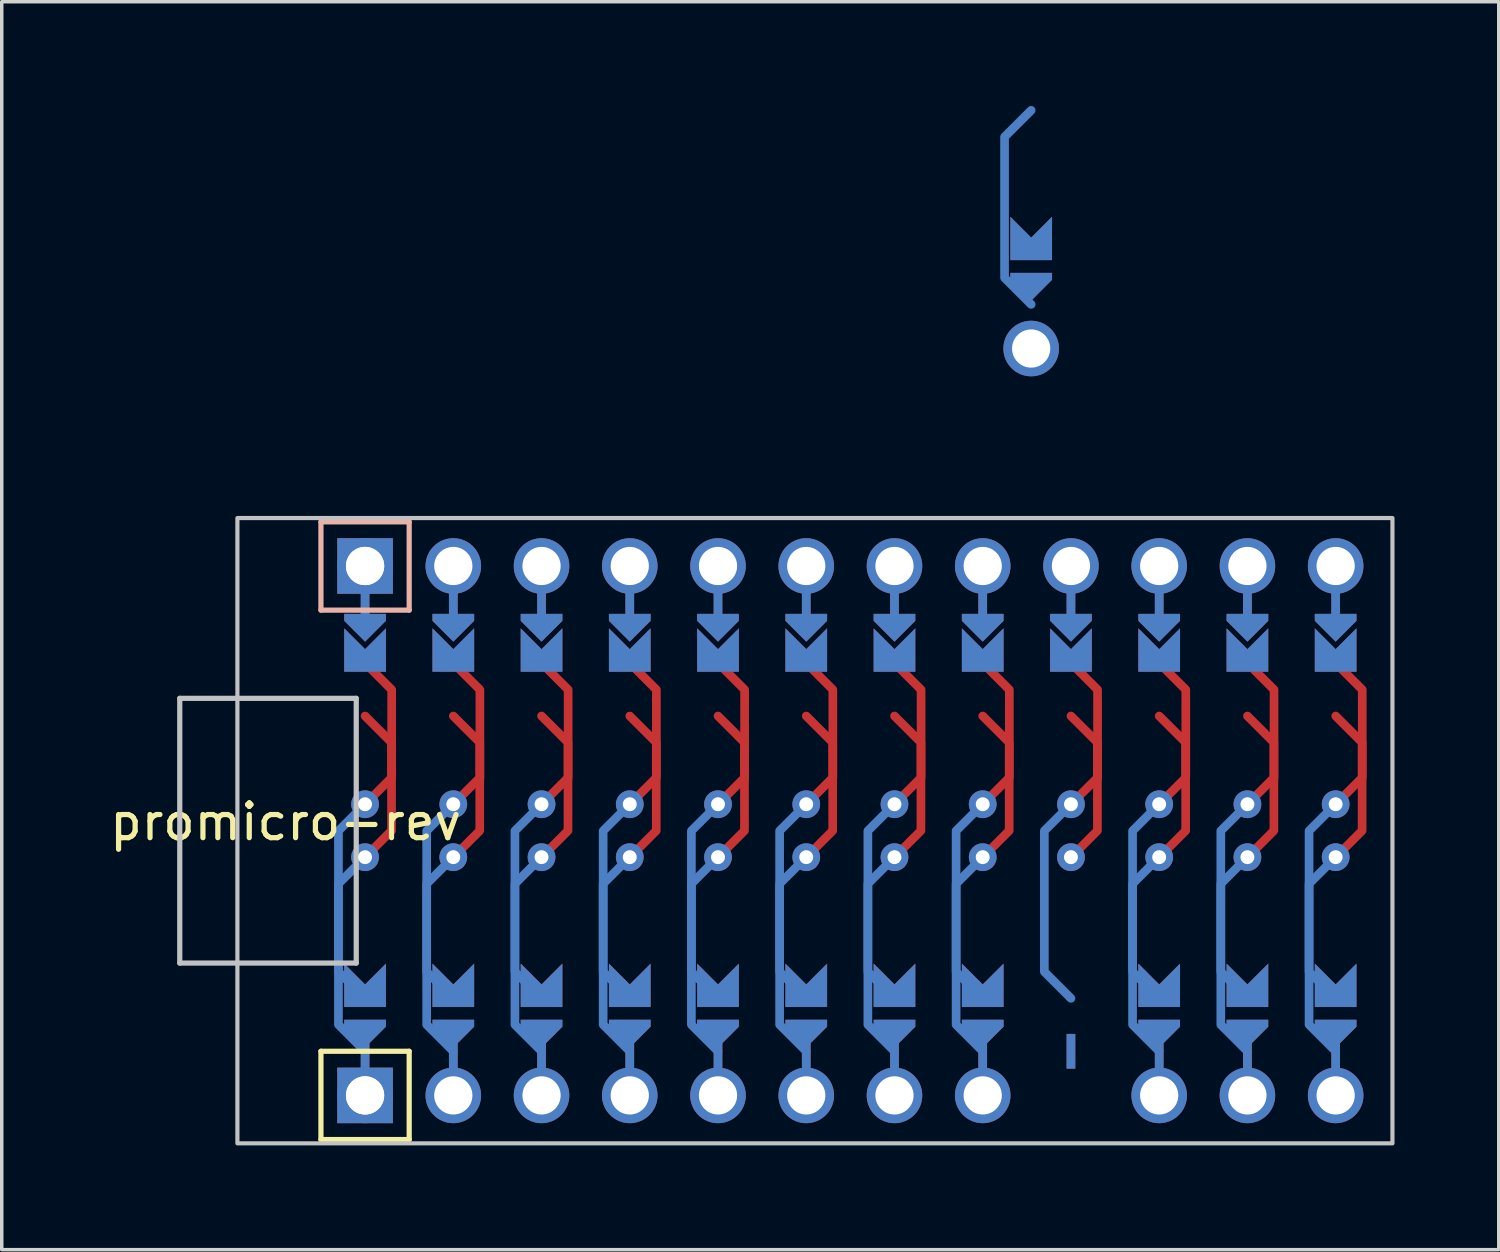
<source format=kicad_pcb>
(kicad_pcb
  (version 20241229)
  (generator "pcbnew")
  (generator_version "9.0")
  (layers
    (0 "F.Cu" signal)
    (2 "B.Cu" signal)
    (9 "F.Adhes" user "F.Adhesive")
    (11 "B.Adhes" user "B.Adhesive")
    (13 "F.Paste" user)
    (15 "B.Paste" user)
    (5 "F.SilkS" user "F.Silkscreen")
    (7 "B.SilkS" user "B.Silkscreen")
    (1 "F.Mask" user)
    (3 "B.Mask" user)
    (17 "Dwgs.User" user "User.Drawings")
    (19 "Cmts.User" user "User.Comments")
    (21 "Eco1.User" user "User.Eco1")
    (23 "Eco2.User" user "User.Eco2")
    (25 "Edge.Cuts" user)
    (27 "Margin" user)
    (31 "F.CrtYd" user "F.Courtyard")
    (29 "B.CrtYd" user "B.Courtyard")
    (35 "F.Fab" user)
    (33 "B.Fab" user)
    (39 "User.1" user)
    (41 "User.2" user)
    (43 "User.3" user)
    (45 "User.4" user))
  (footprint "promicro-rev"
    (layer "F.Cu")
    (at 21.429 20.863)
    (property "Reference" "promicro-rev" (at -16.256 -0.254 0) (layer "F.SilkS") (effects (font (size 1 1) (thickness 0.15))))
    (attr through_hole)
    (fp_circle (center -13.97 -0.762) (end -13.845 -0.762) (stroke (width 0.25) (type solid)) (fill no) (layer "F.Mask"))
    (fp_circle (center -13.97 0.762) (end -13.845 0.762) (stroke (width 0.25) (type solid)) (fill no) (layer "F.Mask"))
    (fp_circle (center -11.43 -0.762) (end -11.305 -0.762) (stroke (width 0.25) (type solid)) (fill no) (layer "F.Mask"))
    (fp_circle (center -11.43 0.762) (end -11.305 0.762) (stroke (width 0.25) (type solid)) (fill no) (layer "F.Mask"))
    (fp_circle (center -8.89 -0.762) (end -8.765 -0.762) (stroke (width 0.25) (type solid)) (fill no) (layer "F.Mask"))
    (fp_circle (center -8.89 0.762) (end -8.765 0.762) (stroke (width 0.25) (type solid)) (fill no) (layer "F.Mask"))
    (fp_circle (center -6.35 -0.762) (end -6.225 -0.762) (stroke (width 0.25) (type solid)) (fill no) (layer "F.Mask"))
    (fp_circle (center -6.35 0.762) (end -6.225 0.762) (stroke (width 0.25) (type solid)) (fill no) (layer "F.Mask"))
    (fp_circle (center -3.81 -0.762) (end -3.685 -0.762) (stroke (width 0.25) (type solid)) (fill no) (layer "F.Mask"))
    (fp_circle (center -3.81 0.762) (end -3.685 0.762) (stroke (width 0.25) (type solid)) (fill no) (layer "F.Mask"))
    (fp_circle (center -1.27 -0.762) (end -1.145 -0.762) (stroke (width 0.25) (type solid)) (fill no) (layer "F.Mask"))
    (fp_circle (center -1.27 0.762) (end -1.145 0.762) (stroke (width 0.25) (type solid)) (fill no) (layer "F.Mask"))
    (fp_circle (center 1.27 -0.762) (end 1.395 -0.762) (stroke (width 0.25) (type solid)) (fill no) (layer "F.Mask"))
    (fp_circle (center 1.27 0.762) (end 1.395 0.762) (stroke (width 0.25) (type solid)) (fill no) (layer "F.Mask"))
    (fp_circle (center 3.81 -0.762) (end 3.935 -0.762) (stroke (width 0.25) (type solid)) (fill no) (layer "F.Mask"))
    (fp_circle (center 3.81 0.762) (end 3.935 0.762) (stroke (width 0.25) (type solid)) (fill no) (layer "F.Mask"))
    (fp_circle (center 6.35 -0.762) (end 6.475 -0.762) (stroke (width 0.25) (type solid)) (fill no) (layer "F.Mask"))
    (fp_circle (center 6.35 0.762) (end 6.475 0.762) (stroke (width 0.25) (type solid)) (fill no) (layer "F.Mask"))
    (fp_circle (center 8.89 -0.762) (end 9.015 -0.762) (stroke (width 0.25) (type solid)) (fill no) (layer "F.Mask"))
    (fp_circle (center 8.89 0.762) (end 9.015 0.762) (stroke (width 0.25) (type solid)) (fill no) (layer "F.Mask"))
    (fp_circle (center 11.43 -0.762) (end 11.555 -0.762) (stroke (width 0.25) (type solid)) (fill no) (layer "F.Mask"))
    (fp_circle (center 11.43 0.762) (end 11.555 0.762) (stroke (width 0.25) (type solid)) (fill no) (layer "F.Mask"))
    (fp_circle (center 13.97 -0.762) (end 14.095 -0.762) (stroke (width 0.25) (type solid)) (fill no) (layer "F.Mask"))
    (fp_circle (center 13.97 0.762) (end 14.095 0.762) (stroke (width 0.25) (type solid)) (fill no) (layer "F.Mask"))
    (fp_poly (pts (xy -14.478 5.08) (xy -13.462 5.08) (xy -13.462 6.096) (xy -14.478 6.096)) (stroke (width 0.1) (type solid)) (fill yes) (layer "F.Mask"))
    (fp_poly (pts (xy -13.462 -5.08) (xy -14.478 -5.08) (xy -14.478 -6.096) (xy -13.462 -6.096)) (stroke (width 0.1) (type solid)) (fill yes) (layer "F.Mask"))
    (fp_poly (pts (xy -11.938 5.08) (xy -10.922 5.08) (xy -10.922 6.096) (xy -11.938 6.096)) (stroke (width 0.1) (type solid)) (fill yes) (layer "F.Mask"))
    (fp_poly (pts (xy -10.922 -5.08) (xy -11.938 -5.08) (xy -11.938 -6.096) (xy -10.922 -6.096)) (stroke (width 0.1) (type solid)) (fill yes) (layer "F.Mask"))
    (fp_poly (pts (xy -9.398 5.08) (xy -8.382 5.08) (xy -8.382 6.096) (xy -9.398 6.096)) (stroke (width 0.1) (type solid)) (fill yes) (layer "F.Mask"))
    (fp_poly (pts (xy -8.382 -5.08) (xy -9.398 -5.08) (xy -9.398 -6.096) (xy -8.382 -6.096)) (stroke (width 0.1) (type solid)) (fill yes) (layer "F.Mask"))
    (fp_poly (pts (xy -6.858 5.08) (xy -5.842 5.08) (xy -5.842 6.096) (xy -6.858 6.096)) (stroke (width 0.1) (type solid)) (fill yes) (layer "F.Mask"))
    (fp_poly (pts (xy -5.842 -5.08) (xy -6.858 -5.08) (xy -6.858 -6.096) (xy -5.842 -6.096)) (stroke (width 0.1) (type solid)) (fill yes) (layer "F.Mask"))
    (fp_poly (pts (xy -4.318 5.08) (xy -3.302 5.08) (xy -3.302 6.096) (xy -4.318 6.096)) (stroke (width 0.1) (type solid)) (fill yes) (layer "F.Mask"))
    (fp_poly (pts (xy -3.302 -5.08) (xy -4.318 -5.08) (xy -4.318 -6.096) (xy -3.302 -6.096)) (stroke (width 0.1) (type solid)) (fill yes) (layer "F.Mask"))
    (fp_poly (pts (xy -1.778 5.08) (xy -0.762 5.08) (xy -0.762 6.096) (xy -1.778 6.096)) (stroke (width 0.1) (type solid)) (fill yes) (layer "F.Mask"))
    (fp_poly (pts (xy -0.762 -5.08) (xy -1.778 -5.08) (xy -1.778 -6.096) (xy -0.762 -6.096)) (stroke (width 0.1) (type solid)) (fill yes) (layer "F.Mask"))
    (fp_poly (pts (xy 0.762 5.08) (xy 1.778 5.08) (xy 1.778 6.096) (xy 0.762 6.096)) (stroke (width 0.1) (type solid)) (fill yes) (layer "F.Mask"))
    (fp_poly (pts (xy 1.778 -5.08) (xy 0.762 -5.08) (xy 0.762 -6.096) (xy 1.778 -6.096)) (stroke (width 0.1) (type solid)) (fill yes) (layer "F.Mask"))
    (fp_poly (pts (xy 3.302 5.08) (xy 4.318 5.08) (xy 4.318 6.096) (xy 3.302 6.096)) (stroke (width 0.1) (type solid)) (fill yes) (layer "F.Mask"))
    (fp_poly (pts (xy 4.318 -5.08) (xy 3.302 -5.08) (xy 3.302 -6.096) (xy 4.318 -6.096)) (stroke (width 0.1) (type solid)) (fill yes) (layer "F.Mask"))
    (fp_poly (pts (xy 4.697 -16.42) (xy 5.713 -16.42) (xy 5.713 -15.404) (xy 4.697 -15.404)) (stroke (width 0.1) (type solid)) (fill yes) (layer "F.Mask"))
    (fp_poly (pts (xy 6.858 -5.08) (xy 5.842 -5.08) (xy 5.842 -6.096) (xy 6.858 -6.096)) (stroke (width 0.1) (type solid)) (fill yes) (layer "F.Mask"))
    (fp_poly (pts (xy 8.382 5.08) (xy 9.398 5.08) (xy 9.398 6.096) (xy 8.382 6.096)) (stroke (width 0.1) (type solid)) (fill yes) (layer "F.Mask"))
    (fp_poly (pts (xy 9.398 -5.08) (xy 8.382 -5.08) (xy 8.382 -6.096) (xy 9.398 -6.096)) (stroke (width 0.1) (type solid)) (fill yes) (layer "F.Mask"))
    (fp_poly (pts (xy 10.922 5.08) (xy 11.938 5.08) (xy 11.938 6.096) (xy 10.922 6.096)) (stroke (width 0.1) (type solid)) (fill yes) (layer "F.Mask"))
    (fp_poly (pts (xy 11.938 -5.08) (xy 10.922 -5.08) (xy 10.922 -6.096) (xy 11.938 -6.096)) (stroke (width 0.1) (type solid)) (fill yes) (layer "F.Mask"))
    (fp_poly (pts (xy 13.462 5.08) (xy 14.478 5.08) (xy 14.478 6.096) (xy 13.462 6.096)) (stroke (width 0.1) (type solid)) (fill yes) (layer "F.Mask"))
    (fp_poly (pts (xy 14.478 -5.08) (xy 13.462 -5.08) (xy 13.462 -6.096) (xy 14.478 -6.096)) (stroke (width 0.1) (type solid)) (fill yes) (layer "F.Mask"))
    (fp_circle (center -13.97 -0.762) (end -13.845 -0.762) (stroke (width 0.25) (type solid)) (fill no) (layer "B.Mask"))
    (fp_circle (center -13.97 0.762) (end -13.845 0.762) (stroke (width 0.25) (type solid)) (fill no) (layer "B.Mask"))
    (fp_circle (center -11.43 -0.762) (end -11.305 -0.762) (stroke (width 0.25) (type solid)) (fill no) (layer "B.Mask"))
    (fp_circle (center -11.43 0.762) (end -11.305 0.762) (stroke (width 0.25) (type solid)) (fill no) (layer "B.Mask"))
    (fp_circle (center -8.89 -0.762) (end -8.765 -0.762) (stroke (width 0.25) (type solid)) (fill no) (layer "B.Mask"))
    (fp_circle (center -8.89 0.762) (end -8.765 0.762) (stroke (width 0.25) (type solid)) (fill no) (layer "B.Mask"))
    (fp_circle (center -6.35 -0.762) (end -6.225 -0.762) (stroke (width 0.25) (type solid)) (fill no) (layer "B.Mask"))
    (fp_circle (center -6.35 0.762) (end -6.225 0.762) (stroke (width 0.25) (type solid)) (fill no) (layer "B.Mask"))
    (fp_circle (center -3.81 -0.762) (end -3.685 -0.762) (stroke (width 0.25) (type solid)) (fill no) (layer "B.Mask"))
    (fp_circle (center -3.81 0.762) (end -3.685 0.762) (stroke (width 0.25) (type solid)) (fill no) (layer "B.Mask"))
    (fp_circle (center -1.27 -0.762) (end -1.145 -0.762) (stroke (width 0.25) (type solid)) (fill no) (layer "B.Mask"))
    (fp_circle (center -1.27 0.762) (end -1.145 0.762) (stroke (width 0.25) (type solid)) (fill no) (layer "B.Mask"))
    (fp_circle (center 1.27 -0.762) (end 1.395 -0.762) (stroke (width 0.25) (type solid)) (fill no) (layer "B.Mask"))
    (fp_circle (center 1.27 0.762) (end 1.395 0.762) (stroke (width 0.25) (type solid)) (fill no) (layer "B.Mask"))
    (fp_circle (center 3.81 -0.762) (end 3.935 -0.762) (stroke (width 0.25) (type solid)) (fill no) (layer "B.Mask"))
    (fp_circle (center 3.81 0.762) (end 3.935 0.762) (stroke (width 0.25) (type solid)) (fill no) (layer "B.Mask"))
    (fp_circle (center 6.35 -0.762) (end 6.475 -0.762) (stroke (width 0.25) (type solid)) (fill no) (layer "B.Mask"))
    (fp_circle (center 6.35 0.762) (end 6.475 0.762) (stroke (width 0.25) (type solid)) (fill no) (layer "B.Mask"))
    (fp_circle (center 8.89 -0.762) (end 9.015 -0.762) (stroke (width 0.25) (type solid)) (fill no) (layer "B.Mask"))
    (fp_circle (center 8.89 0.762) (end 9.015 0.762) (stroke (width 0.25) (type solid)) (fill no) (layer "B.Mask"))
    (fp_circle (center 11.43 -0.762) (end 11.555 -0.762) (stroke (width 0.25) (type solid)) (fill no) (layer "B.Mask"))
    (fp_circle (center 11.43 0.762) (end 11.555 0.762) (stroke (width 0.25) (type solid)) (fill no) (layer "B.Mask"))
    (fp_circle (center 13.97 -0.762) (end 14.095 -0.762) (stroke (width 0.25) (type solid)) (fill no) (layer "B.Mask"))
    (fp_circle (center 13.97 0.762) (end 14.095 0.762) (stroke (width 0.25) (type solid)) (fill no) (layer "B.Mask"))
    (fp_poly (pts (xy -14.478 5.08) (xy -13.462 5.08) (xy -13.462 6.096) (xy -14.478 6.096)) (stroke (width 0.1) (type solid)) (fill yes) (layer "B.Mask"))
    (fp_poly (pts (xy -13.462 -5.08) (xy -14.478 -5.08) (xy -14.478 -6.096) (xy -13.462 -6.096)) (stroke (width 0.1) (type solid)) (fill yes) (layer "B.Mask"))
    (fp_poly (pts (xy -11.938 5.08) (xy -10.922 5.08) (xy -10.922 6.096) (xy -11.938 6.096)) (stroke (width 0.1) (type solid)) (fill yes) (layer "B.Mask"))
    (fp_poly (pts (xy -10.922 -5.08) (xy -11.938 -5.08) (xy -11.938 -6.096) (xy -10.922 -6.096)) (stroke (width 0.1) (type solid)) (fill yes) (layer "B.Mask"))
    (fp_poly (pts (xy -9.398 5.08) (xy -8.382 5.08) (xy -8.382 6.096) (xy -9.398 6.096)) (stroke (width 0.1) (type solid)) (fill yes) (layer "B.Mask"))
    (fp_poly (pts (xy -8.382 -5.08) (xy -9.398 -5.08) (xy -9.398 -6.096) (xy -8.382 -6.096)) (stroke (width 0.1) (type solid)) (fill yes) (layer "B.Mask"))
    (fp_poly (pts (xy -6.858 5.08) (xy -5.842 5.08) (xy -5.842 6.096) (xy -6.858 6.096)) (stroke (width 0.1) (type solid)) (fill yes) (layer "B.Mask"))
    (fp_poly (pts (xy -5.842 -5.08) (xy -6.858 -5.08) (xy -6.858 -6.096) (xy -5.842 -6.096)) (stroke (width 0.1) (type solid)) (fill yes) (layer "B.Mask"))
    (fp_poly (pts (xy -4.318 5.08) (xy -3.302 5.08) (xy -3.302 6.096) (xy -4.318 6.096)) (stroke (width 0.1) (type solid)) (fill yes) (layer "B.Mask"))
    (fp_poly (pts (xy -3.302 -5.08) (xy -4.318 -5.08) (xy -4.318 -6.096) (xy -3.302 -6.096)) (stroke (width 0.1) (type solid)) (fill yes) (layer "B.Mask"))
    (fp_poly (pts (xy -1.778 5.08) (xy -0.762 5.08) (xy -0.762 6.096) (xy -1.778 6.096)) (stroke (width 0.1) (type solid)) (fill yes) (layer "B.Mask"))
    (fp_poly (pts (xy -0.762 -5.08) (xy -1.778 -5.08) (xy -1.778 -6.096) (xy -0.762 -6.096)) (stroke (width 0.1) (type solid)) (fill yes) (layer "B.Mask"))
    (fp_poly (pts (xy 0.762 5.08) (xy 1.778 5.08) (xy 1.778 6.096) (xy 0.762 6.096)) (stroke (width 0.1) (type solid)) (fill yes) (layer "B.Mask"))
    (fp_poly (pts (xy 1.778 -5.08) (xy 0.762 -5.08) (xy 0.762 -6.096) (xy 1.778 -6.096)) (stroke (width 0.1) (type solid)) (fill yes) (layer "B.Mask"))
    (fp_poly (pts (xy 3.302 5.08) (xy 4.318 5.08) (xy 4.318 6.096) (xy 3.302 6.096)) (stroke (width 0.1) (type solid)) (fill yes) (layer "B.Mask"))
    (fp_poly (pts (xy 4.318 -5.08) (xy 3.302 -5.08) (xy 3.302 -6.096) (xy 4.318 -6.096)) (stroke (width 0.1) (type solid)) (fill yes) (layer "B.Mask"))
    (fp_poly (pts (xy 4.697 -16.42) (xy 5.713 -16.42) (xy 5.713 -15.404) (xy 4.697 -15.404)) (stroke (width 0.1) (type solid)) (fill yes) (layer "B.Mask"))
    (fp_poly (pts (xy 6.858 -5.08) (xy 5.842 -5.08) (xy 5.842 -6.096) (xy 6.858 -6.096)) (stroke (width 0.1) (type solid)) (fill yes) (layer "B.Mask"))
    (fp_poly (pts (xy 8.382 5.08) (xy 9.398 5.08) (xy 9.398 6.096) (xy 8.382 6.096)) (stroke (width 0.1) (type solid)) (fill yes) (layer "B.Mask"))
    (fp_poly (pts (xy 9.398 -5.08) (xy 8.382 -5.08) (xy 8.382 -6.096) (xy 9.398 -6.096)) (stroke (width 0.1) (type solid)) (fill yes) (layer "B.Mask"))
    (fp_poly (pts (xy 10.922 5.08) (xy 11.938 5.08) (xy 11.938 6.096) (xy 10.922 6.096)) (stroke (width 0.1) (type solid)) (fill yes) (layer "B.Mask"))
    (fp_poly (pts (xy 11.938 -5.08) (xy 10.922 -5.08) (xy 10.922 -6.096) (xy 11.938 -6.096)) (stroke (width 0.1) (type solid)) (fill yes) (layer "B.Mask"))
    (fp_poly (pts (xy 13.462 5.08) (xy 14.478 5.08) (xy 14.478 6.096) (xy 13.462 6.096)) (stroke (width 0.1) (type solid)) (fill yes) (layer "B.Mask"))
    (fp_poly (pts (xy 14.478 -5.08) (xy 13.462 -5.08) (xy 13.462 -6.096) (xy 14.478 -6.096)) (stroke (width 0.1) (type solid)) (fill yes) (layer "B.Mask"))
    (fp_line (start -15.24 6.35) (end -15.24 8.89) (stroke (width 0.15) (type solid)) (layer "F.SilkS"))
    (fp_line (start -15.24 6.35) (end -12.7 6.35) (stroke (width 0.15) (type solid)) (layer "F.SilkS"))
    (fp_line (start -12.7 6.35) (end -12.7 8.89) (stroke (width 0.15) (type solid)) (layer "F.SilkS"))
    (fp_line (start -12.7 8.89) (end -15.24 8.89) (stroke (width 0.15) (type solid)) (layer "F.SilkS"))
    (fp_line (start -15.24 -6.35) (end -15.24 -8.89) (stroke (width 0.15) (type solid)) (layer "B.SilkS"))
    (fp_line (start -15.24 -6.35) (end -12.7 -6.35) (stroke (width 0.15) (type solid)) (layer "B.SilkS"))
    (fp_line (start -12.7 -8.89) (end -15.24 -8.89) (stroke (width 0.15) (type solid)) (layer "B.SilkS"))
    (fp_line (start -12.7 -6.35) (end -12.7 -8.89) (stroke (width 0.15) (type solid)) (layer "B.SilkS"))
    (fp_line (start -19.304 -3.81) (end -14.224 -3.81) (stroke (width 0.15) (type solid)) (layer "Dwgs.User"))
    (fp_line (start -19.304 3.81) (end -19.304 -3.81) (stroke (width 0.15) (type solid)) (layer "Dwgs.User"))
    (fp_line (start -14.224 -3.81) (end -14.224 3.81) (stroke (width 0.15) (type solid)) (layer "Dwgs.User"))
    (fp_line (start -14.224 3.81) (end -19.304 3.81) (stroke (width 0.15) (type solid)) (layer "Dwgs.User"))
    (fp_rect (start -17.645 -9) (end 15.605 9) (stroke (width 0.12) (type solid)) (fill no) (layer "Dwgs.User"))
    (pad "" thru_hole circle (at -13.97 -7.62) (size 1.6 1.6) (drill 1.1) (layers "*.Cu" "*.Mask"))
    (pad "" thru_hole rect (at -13.97 -7.62) (size 1.6 1.6) (drill 1.1) (layers "B.Cu" "B.Mask"))
    (pad "" smd custom (at -13.97 -6.35) (size 0.25 1) (layers "F.Cu") (options (anchor rect)) (primitives))
    (pad "" smd custom (at -13.97 -6.35) (size 0.25 1) (layers "B.Cu") (options (anchor rect)) (primitives))
    (pad "" smd custom (at -13.97 -5.842) (size 0.1 0.1) (layers "F.Cu" "F.Mask") (options (anchor rect)) (primitives (gr_poly (pts (xy 0.6 -0.4) (xy -0.6 -0.4) (xy -0.6 -0.2) (xy 0 0.4) (xy 0.6 -0.2)) (width 0) (fill yes))))
    (pad "" smd custom (at -13.97 -5.842) (size 0.1 0.1) (layers "B.Cu" "B.Mask") (options (anchor rect)) (primitives (gr_poly (pts (xy 0.6 -0.4) (xy -0.6 -0.4) (xy -0.6 -0.2) (xy 0 0.4) (xy 0.6 -0.2)) (width 0) (fill yes))))
    (pad "" smd custom (at -13.97 5.842) (size 0.1 0.1) (layers "F.Cu" "F.Mask") (options (anchor rect)) (primitives (gr_poly (pts (xy 0.6 -0.4) (xy -0.6 -0.4) (xy -0.6 -0.2) (xy 0 0.4) (xy 0.6 -0.2)) (width 0) (fill yes))))
    (pad "" smd custom (at -13.97 5.842) (size 0.1 0.1) (layers "B.Cu" "B.Mask") (options (anchor rect)) (primitives (gr_poly (pts (xy 0.6 -0.4) (xy -0.6 -0.4) (xy -0.6 -0.2) (xy 0 0.4) (xy 0.6 -0.2)) (width 0) (fill yes))))
    (pad "" smd custom (at -13.97 6.35) (size 0.25 1) (layers "F.Cu") (options (anchor rect)) (primitives))
    (pad "" smd custom (at -13.97 6.35) (size 0.25 1) (layers "B.Cu") (options (anchor rect)) (primitives))
    (pad "" thru_hole circle (at -13.97 7.62) (size 1.6 1.6) (drill 1.1) (layers "*.Cu" "*.Mask"))
    (pad "" thru_hole rect (at -13.97 7.62) (size 1.6 1.6) (drill 1.1) (layers "F.Cu" "F.Mask"))
    (pad "" thru_hole circle (at -11.43 -7.62) (size 1.6 1.6) (drill 1.1) (layers "*.Cu" "*.Mask"))
    (pad "" smd custom (at -11.43 -6.35) (size 0.25 1) (layers "F.Cu") (options (anchor rect)) (primitives))
    (pad "" smd custom (at -11.43 -6.35) (size 0.25 1) (layers "B.Cu") (options (anchor rect)) (primitives))
    (pad "" smd custom (at -11.43 -5.842) (size 0.1 0.1) (layers "F.Cu" "F.Mask") (options (anchor rect)) (primitives (gr_poly (pts (xy 0.6 -0.4) (xy -0.6 -0.4) (xy -0.6 -0.2) (xy 0 0.4) (xy 0.6 -0.2)) (width 0) (fill yes))))
    (pad "" smd custom (at -11.43 -5.842) (size 0.1 0.1) (layers "B.Cu" "B.Mask") (options (anchor rect)) (primitives (gr_poly (pts (xy 0.6 -0.4) (xy -0.6 -0.4) (xy -0.6 -0.2) (xy 0 0.4) (xy 0.6 -0.2)) (width 0) (fill yes))))
    (pad "" smd custom (at -11.43 5.842) (size 0.1 0.1) (layers "F.Cu" "F.Mask") (options (anchor rect)) (primitives (gr_poly (pts (xy 0.6 -0.4) (xy -0.6 -0.4) (xy -0.6 -0.2) (xy 0 0.4) (xy 0.6 -0.2)) (width 0) (fill yes))))
    (pad "" smd custom (at -11.43 5.842) (size 0.1 0.1) (layers "B.Cu" "B.Mask") (options (anchor rect)) (primitives (gr_poly (pts (xy 0.6 -0.4) (xy -0.6 -0.4) (xy -0.6 -0.2) (xy 0 0.4) (xy 0.6 -0.2)) (width 0) (fill yes))))
    (pad "" smd custom (at -11.43 6.35) (size 0.25 1) (layers "F.Cu") (options (anchor rect)) (primitives))
    (pad "" smd custom (at -11.43 6.35) (size 0.25 1) (layers "B.Cu") (options (anchor rect)) (primitives))
    (pad "" thru_hole circle (at -11.43 7.62) (size 1.6 1.6) (drill 1.1) (layers "*.Cu" "*.Mask"))
    (pad "" thru_hole circle (at -8.89 -7.62) (size 1.6 1.6) (drill 1.1) (layers "*.Cu" "*.Mask"))
    (pad "" smd custom (at -8.89 -6.35) (size 0.25 1) (layers "F.Cu") (options (anchor rect)) (primitives))
    (pad "" smd custom (at -8.89 -6.35) (size 0.25 1) (layers "B.Cu") (options (anchor rect)) (primitives))
    (pad "" smd custom (at -8.89 -5.842) (size 0.1 0.1) (layers "F.Cu" "F.Mask") (options (anchor rect)) (primitives (gr_poly (pts (xy 0.6 -0.4) (xy -0.6 -0.4) (xy -0.6 -0.2) (xy 0 0.4) (xy 0.6 -0.2)) (width 0) (fill yes))))
    (pad "" smd custom (at -8.89 -5.842) (size 0.1 0.1) (layers "B.Cu" "B.Mask") (options (anchor rect)) (primitives (gr_poly (pts (xy 0.6 -0.4) (xy -0.6 -0.4) (xy -0.6 -0.2) (xy 0 0.4) (xy 0.6 -0.2)) (width 0) (fill yes))))
    (pad "" smd custom (at -8.89 5.842) (size 0.1 0.1) (layers "F.Cu" "F.Mask") (options (anchor rect)) (primitives (gr_poly (pts (xy 0.6 -0.4) (xy -0.6 -0.4) (xy -0.6 -0.2) (xy 0 0.4) (xy 0.6 -0.2)) (width 0) (fill yes))))
    (pad "" smd custom (at -8.89 5.842) (size 0.1 0.1) (layers "B.Cu" "B.Mask") (options (anchor rect)) (primitives (gr_poly (pts (xy 0.6 -0.4) (xy -0.6 -0.4) (xy -0.6 -0.2) (xy 0 0.4) (xy 0.6 -0.2)) (width 0) (fill yes))))
    (pad "" smd custom (at -8.89 6.35) (size 0.25 1) (layers "F.Cu") (options (anchor rect)) (primitives))
    (pad "" smd custom (at -8.89 6.35) (size 0.25 1) (layers "B.Cu") (options (anchor rect)) (primitives))
    (pad "" thru_hole circle (at -8.89 7.62) (size 1.6 1.6) (drill 1.1) (layers "*.Cu" "*.Mask"))
    (pad "" thru_hole circle (at -6.35 -7.62) (size 1.6 1.6) (drill 1.1) (layers "*.Cu" "*.Mask"))
    (pad "" smd custom (at -6.35 -6.35) (size 0.25 1) (layers "F.Cu") (options (anchor rect)) (primitives))
    (pad "" smd custom (at -6.35 -6.35) (size 0.25 1) (layers "B.Cu") (options (anchor rect)) (primitives))
    (pad "" smd custom (at -6.35 -5.842) (size 0.1 0.1) (layers "F.Cu" "F.Mask") (options (anchor rect)) (primitives (gr_poly (pts (xy 0.6 -0.4) (xy -0.6 -0.4) (xy -0.6 -0.2) (xy 0 0.4) (xy 0.6 -0.2)) (width 0) (fill yes))))
    (pad "" smd custom (at -6.35 -5.842) (size 0.1 0.1) (layers "B.Cu" "B.Mask") (options (anchor rect)) (primitives (gr_poly (pts (xy 0.6 -0.4) (xy -0.6 -0.4) (xy -0.6 -0.2) (xy 0 0.4) (xy 0.6 -0.2)) (width 0) (fill yes))))
    (pad "" smd custom (at -6.35 5.842) (size 0.1 0.1) (layers "F.Cu" "F.Mask") (options (anchor rect)) (primitives (gr_poly (pts (xy 0.6 -0.4) (xy -0.6 -0.4) (xy -0.6 -0.2) (xy 0 0.4) (xy 0.6 -0.2)) (width 0) (fill yes))))
    (pad "" smd custom (at -6.35 5.842) (size 0.1 0.1) (layers "B.Cu" "B.Mask") (options (anchor rect)) (primitives (gr_poly (pts (xy 0.6 -0.4) (xy -0.6 -0.4) (xy -0.6 -0.2) (xy 0 0.4) (xy 0.6 -0.2)) (width 0) (fill yes))))
    (pad "" smd custom (at -6.35 6.35) (size 0.25 1) (layers "F.Cu") (options (anchor rect)) (primitives))
    (pad "" smd custom (at -6.35 6.35) (size 0.25 1) (layers "B.Cu") (options (anchor rect)) (primitives))
    (pad "" thru_hole circle (at -6.35 7.62) (size 1.6 1.6) (drill 1.1) (layers "*.Cu" "*.Mask"))
    (pad "" thru_hole circle (at -3.81 -7.62) (size 1.6 1.6) (drill 1.1) (layers "*.Cu" "*.Mask"))
    (pad "" smd custom (at -3.81 -6.35) (size 0.25 1) (layers "F.Cu") (options (anchor rect)) (primitives))
    (pad "" smd custom (at -3.81 -6.35) (size 0.25 1) (layers "B.Cu") (options (anchor rect)) (primitives))
    (pad "" smd custom (at -3.81 -5.842) (size 0.1 0.1) (layers "F.Cu" "F.Mask") (options (anchor rect)) (primitives (gr_poly (pts (xy 0.6 -0.4) (xy -0.6 -0.4) (xy -0.6 -0.2) (xy 0 0.4) (xy 0.6 -0.2)) (width 0) (fill yes))))
    (pad "" smd custom (at -3.81 -5.842) (size 0.1 0.1) (layers "B.Cu" "B.Mask") (options (anchor rect)) (primitives (gr_poly (pts (xy 0.6 -0.4) (xy -0.6 -0.4) (xy -0.6 -0.2) (xy 0 0.4) (xy 0.6 -0.2)) (width 0) (fill yes))))
    (pad "" smd custom (at -3.81 5.842) (size 0.1 0.1) (layers "F.Cu" "F.Mask") (options (anchor rect)) (primitives (gr_poly (pts (xy 0.6 -0.4) (xy -0.6 -0.4) (xy -0.6 -0.2) (xy 0 0.4) (xy 0.6 -0.2)) (width 0) (fill yes))))
    (pad "" smd custom (at -3.81 5.842) (size 0.1 0.1) (layers "B.Cu" "B.Mask") (options (anchor rect)) (primitives (gr_poly (pts (xy 0.6 -0.4) (xy -0.6 -0.4) (xy -0.6 -0.2) (xy 0 0.4) (xy 0.6 -0.2)) (width 0) (fill yes))))
    (pad "" smd custom (at -3.81 6.35) (size 0.25 1) (layers "F.Cu") (options (anchor rect)) (primitives))
    (pad "" smd custom (at -3.81 6.35) (size 0.25 1) (layers "B.Cu") (options (anchor rect)) (primitives))
    (pad "" thru_hole circle (at -3.81 7.62) (size 1.6 1.6) (drill 1.1) (layers "*.Cu" "*.Mask"))
    (pad "" thru_hole circle (at -1.27 -7.62) (size 1.6 1.6) (drill 1.1) (layers "*.Cu" "*.Mask"))
    (pad "" smd custom (at -1.27 -6.35) (size 0.25 1) (layers "F.Cu") (options (anchor rect)) (primitives))
    (pad "" smd custom (at -1.27 -6.35) (size 0.25 1) (layers "B.Cu") (options (anchor rect)) (primitives))
    (pad "" smd custom (at -1.27 -5.842) (size 0.1 0.1) (layers "F.Cu" "F.Mask") (options (anchor rect)) (primitives (gr_poly (pts (xy 0.6 -0.4) (xy -0.6 -0.4) (xy -0.6 -0.2) (xy 0 0.4) (xy 0.6 -0.2)) (width 0) (fill yes))))
    (pad "" smd custom (at -1.27 -5.842) (size 0.1 0.1) (layers "B.Cu" "B.Mask") (options (anchor rect)) (primitives (gr_poly (pts (xy 0.6 -0.4) (xy -0.6 -0.4) (xy -0.6 -0.2) (xy 0 0.4) (xy 0.6 -0.2)) (width 0) (fill yes))))
    (pad "" smd custom (at -1.27 5.842) (size 0.1 0.1) (layers "F.Cu" "F.Mask") (options (anchor rect)) (primitives (gr_poly (pts (xy 0.6 -0.4) (xy -0.6 -0.4) (xy -0.6 -0.2) (xy 0 0.4) (xy 0.6 -0.2)) (width 0) (fill yes))))
    (pad "" smd custom (at -1.27 5.842) (size 0.1 0.1) (layers "B.Cu" "B.Mask") (options (anchor rect)) (primitives (gr_poly (pts (xy 0.6 -0.4) (xy -0.6 -0.4) (xy -0.6 -0.2) (xy 0 0.4) (xy 0.6 -0.2)) (width 0) (fill yes))))
    (pad "" smd custom (at -1.27 6.35) (size 0.25 1) (layers "F.Cu") (options (anchor rect)) (primitives))
    (pad "" smd custom (at -1.27 6.35) (size 0.25 1) (layers "B.Cu") (options (anchor rect)) (primitives))
    (pad "" thru_hole circle (at -1.27 7.62) (size 1.6 1.6) (drill 1.1) (layers "*.Cu" "*.Mask"))
    (pad "" thru_hole circle (at 1.27 -7.62) (size 1.6 1.6) (drill 1.1) (layers "*.Cu" "*.Mask"))
    (pad "" smd custom (at 1.27 -6.35) (size 0.25 1) (layers "F.Cu") (options (anchor rect)) (primitives))
    (pad "" smd custom (at 1.27 -6.35) (size 0.25 1) (layers "B.Cu") (options (anchor rect)) (primitives))
    (pad "" smd custom (at 1.27 -5.842) (size 0.1 0.1) (layers "F.Cu" "F.Mask") (options (anchor rect)) (primitives (gr_poly (pts (xy 0.6 -0.4) (xy -0.6 -0.4) (xy -0.6 -0.2) (xy 0 0.4) (xy 0.6 -0.2)) (width 0) (fill yes))))
    (pad "" smd custom (at 1.27 -5.842) (size 0.1 0.1) (layers "B.Cu" "B.Mask") (options (anchor rect)) (primitives (gr_poly (pts (xy 0.6 -0.4) (xy -0.6 -0.4) (xy -0.6 -0.2) (xy 0 0.4) (xy 0.6 -0.2)) (width 0) (fill yes))))
    (pad "" smd custom (at 1.27 5.842) (size 0.1 0.1) (layers "F.Cu" "F.Mask") (options (anchor rect)) (primitives (gr_poly (pts (xy 0.6 -0.4) (xy -0.6 -0.4) (xy -0.6 -0.2) (xy 0 0.4) (xy 0.6 -0.2)) (width 0) (fill yes))))
    (pad "" smd custom (at 1.27 5.842) (size 0.1 0.1) (layers "B.Cu" "B.Mask") (options (anchor rect)) (primitives (gr_poly (pts (xy 0.6 -0.4) (xy -0.6 -0.4) (xy -0.6 -0.2) (xy 0 0.4) (xy 0.6 -0.2)) (width 0) (fill yes))))
    (pad "" smd custom (at 1.27 6.35) (size 0.25 1) (layers "F.Cu") (options (anchor rect)) (primitives))
    (pad "" smd custom (at 1.27 6.35) (size 0.25 1) (layers "B.Cu") (options (anchor rect)) (primitives))
    (pad "" thru_hole circle (at 1.27 7.62) (size 1.6 1.6) (drill 1.1) (layers "*.Cu" "*.Mask"))
    (pad "" thru_hole circle (at 3.81 -7.62) (size 1.6 1.6) (drill 1.1) (layers "*.Cu" "*.Mask"))
    (pad "" smd custom (at 3.81 -6.35) (size 0.25 1) (layers "F.Cu") (options (anchor rect)) (primitives))
    (pad "" smd custom (at 3.81 -6.35) (size 0.25 1) (layers "B.Cu") (options (anchor rect)) (primitives))
    (pad "" smd custom (at 3.81 -5.842) (size 0.1 0.1) (layers "F.Cu" "F.Mask") (options (anchor rect)) (primitives (gr_poly (pts (xy 0.6 -0.4) (xy -0.6 -0.4) (xy -0.6 -0.2) (xy 0 0.4) (xy 0.6 -0.2)) (width 0) (fill yes))))
    (pad "" smd custom (at 3.81 -5.842) (size 0.1 0.1) (layers "B.Cu" "B.Mask") (options (anchor rect)) (primitives (gr_poly (pts (xy 0.6 -0.4) (xy -0.6 -0.4) (xy -0.6 -0.2) (xy 0 0.4) (xy 0.6 -0.2)) (width 0) (fill yes))))
    (pad "" smd custom (at 3.81 5.842) (size 0.1 0.1) (layers "F.Cu" "F.Mask") (options (anchor rect)) (primitives (gr_poly (pts (xy 0.6 -0.4) (xy -0.6 -0.4) (xy -0.6 -0.2) (xy 0 0.4) (xy 0.6 -0.2)) (width 0) (fill yes))))
    (pad "" smd custom (at 3.81 5.842) (size 0.1 0.1) (layers "B.Cu" "B.Mask") (options (anchor rect)) (primitives (gr_poly (pts (xy 0.6 -0.4) (xy -0.6 -0.4) (xy -0.6 -0.2) (xy 0 0.4) (xy 0.6 -0.2)) (width 0) (fill yes))))
    (pad "" smd custom (at 3.81 6.35) (size 0.25 1) (layers "F.Cu") (options (anchor rect)) (primitives))
    (pad "" smd custom (at 3.81 6.35) (size 0.25 1) (layers "B.Cu") (options (anchor rect)) (primitives))
    (pad "" thru_hole circle (at 3.81 7.62) (size 1.6 1.6) (drill 1.1) (layers "*.Cu" "*.Mask"))
    (pad "" smd custom (at 5.205 -15.658) (size 0.1 0.1) (layers "F.Cu" "F.Mask") (options (anchor rect)) (primitives (gr_poly (pts (xy 0.6 -0.4) (xy -0.6 -0.4) (xy -0.6 -0.2) (xy 0 0.4) (xy 0.6 -0.2)) (width 0) (fill yes))))
    (pad "" smd custom (at 5.205 -15.658) (size 0.1 0.1) (layers "B.Cu" "B.Mask") (options (anchor rect)) (primitives (gr_poly (pts (xy 0.6 -0.4) (xy -0.6 -0.4) (xy -0.6 -0.2) (xy 0 0.4) (xy 0.6 -0.2)) (width 0) (fill yes))))
    (pad "" thru_hole circle (at 5.205 -13.88) (size 1.6 1.6) (drill 1.1) (layers "*.Cu" "*.Mask"))
    (pad "" thru_hole circle (at 6.35 -7.62) (size 1.6 1.6) (drill 1.1) (layers "*.Cu" "*.Mask"))
    (pad "" smd custom (at 6.35 -6.35) (size 0.25 1) (layers "F.Cu") (options (anchor rect)) (primitives))
    (pad "" smd custom (at 6.35 -6.35) (size 0.25 1) (layers "B.Cu") (options (anchor rect)) (primitives))
    (pad "" smd custom (at 6.35 -5.842) (size 0.1 0.1) (layers "F.Cu" "F.Mask") (options (anchor rect)) (primitives (gr_poly (pts (xy 0.6 -0.4) (xy -0.6 -0.4) (xy -0.6 -0.2) (xy 0 0.4) (xy 0.6 -0.2)) (width 0) (fill yes))))
    (pad "" smd custom (at 6.35 -5.842) (size 0.1 0.1) (layers "B.Cu" "B.Mask") (options (anchor rect)) (primitives (gr_poly (pts (xy 0.6 -0.4) (xy -0.6 -0.4) (xy -0.6 -0.2) (xy 0 0.4) (xy 0.6 -0.2)) (width 0) (fill yes))))
    (pad "" smd custom (at 6.35 6.35) (size 0.25 1) (layers "F.Cu") (options (anchor rect)) (primitives))
    (pad "" smd custom (at 6.35 6.35) (size 0.25 1) (layers "B.Cu") (options (anchor rect)) (primitives))
    (pad "" thru_hole circle (at 8.89 -7.62) (size 1.6 1.6) (drill 1.1) (layers "*.Cu" "*.Mask"))
    (pad "" smd custom (at 8.89 -6.35) (size 0.25 1) (layers "F.Cu") (options (anchor rect)) (primitives))
    (pad "" smd custom (at 8.89 -6.35) (size 0.25 1) (layers "B.Cu") (options (anchor rect)) (primitives))
    (pad "" smd custom (at 8.89 -5.842) (size 0.1 0.1) (layers "F.Cu" "F.Mask") (options (anchor rect)) (primitives (gr_poly (pts (xy 0.6 -0.4) (xy -0.6 -0.4) (xy -0.6 -0.2) (xy 0 0.4) (xy 0.6 -0.2)) (width 0) (fill yes))))
    (pad "" smd custom (at 8.89 -5.842) (size 0.1 0.1) (layers "B.Cu" "B.Mask") (options (anchor rect)) (primitives (gr_poly (pts (xy 0.6 -0.4) (xy -0.6 -0.4) (xy -0.6 -0.2) (xy 0 0.4) (xy 0.6 -0.2)) (width 0) (fill yes))))
    (pad "" smd custom (at 8.89 5.842) (size 0.1 0.1) (layers "F.Cu" "F.Mask") (options (anchor rect)) (primitives (gr_poly (pts (xy 0.6 -0.4) (xy -0.6 -0.4) (xy -0.6 -0.2) (xy 0 0.4) (xy 0.6 -0.2)) (width 0) (fill yes))))
    (pad "" smd custom (at 8.89 5.842) (size 0.1 0.1) (layers "B.Cu" "B.Mask") (options (anchor rect)) (primitives (gr_poly (pts (xy 0.6 -0.4) (xy -0.6 -0.4) (xy -0.6 -0.2) (xy 0 0.4) (xy 0.6 -0.2)) (width 0) (fill yes))))
    (pad "" smd custom (at 8.89 6.35) (size 0.25 1) (layers "F.Cu") (options (anchor rect)) (primitives))
    (pad "" smd custom (at 8.89 6.35) (size 0.25 1) (layers "B.Cu") (options (anchor rect)) (primitives))
    (pad "" thru_hole circle (at 8.89 7.62) (size 1.6 1.6) (drill 1.1) (layers "*.Cu" "*.Mask"))
    (pad "" thru_hole circle (at 11.43 -7.62) (size 1.6 1.6) (drill 1.1) (layers "*.Cu" "*.Mask"))
    (pad "" smd custom (at 11.43 -6.35) (size 0.25 1) (layers "F.Cu") (options (anchor rect)) (primitives))
    (pad "" smd custom (at 11.43 -6.35) (size 0.25 1) (layers "B.Cu") (options (anchor rect)) (primitives))
    (pad "" smd custom (at 11.43 -5.842) (size 0.1 0.1) (layers "F.Cu" "F.Mask") (options (anchor rect)) (primitives (gr_poly (pts (xy 0.6 -0.4) (xy -0.6 -0.4) (xy -0.6 -0.2) (xy 0 0.4) (xy 0.6 -0.2)) (width 0) (fill yes))))
    (pad "" smd custom (at 11.43 -5.842) (size 0.1 0.1) (layers "B.Cu" "B.Mask") (options (anchor rect)) (primitives (gr_poly (pts (xy 0.6 -0.4) (xy -0.6 -0.4) (xy -0.6 -0.2) (xy 0 0.4) (xy 0.6 -0.2)) (width 0) (fill yes))))
    (pad "" smd custom (at 11.43 5.842) (size 0.1 0.1) (layers "F.Cu" "F.Mask") (options (anchor rect)) (primitives (gr_poly (pts (xy 0.6 -0.4) (xy -0.6 -0.4) (xy -0.6 -0.2) (xy 0 0.4) (xy 0.6 -0.2)) (width 0) (fill yes))))
    (pad "" smd custom (at 11.43 5.842) (size 0.1 0.1) (layers "B.Cu" "B.Mask") (options (anchor rect)) (primitives (gr_poly (pts (xy 0.6 -0.4) (xy -0.6 -0.4) (xy -0.6 -0.2) (xy 0 0.4) (xy 0.6 -0.2)) (width 0) (fill yes))))
    (pad "" smd custom (at 11.43 6.35) (size 0.25 1) (layers "F.Cu") (options (anchor rect)) (primitives))
    (pad "" smd custom (at 11.43 6.35) (size 0.25 1) (layers "B.Cu") (options (anchor rect)) (primitives))
    (pad "" thru_hole circle (at 11.43 7.62) (size 1.6 1.6) (drill 1.1) (layers "*.Cu" "*.Mask"))
    (pad "" thru_hole circle (at 13.97 -7.62) (size 1.6 1.6) (drill 1.1) (layers "*.Cu" "*.Mask"))
    (pad "" smd custom (at 13.97 -6.35) (size 0.25 1) (layers "F.Cu") (options (anchor rect)) (primitives))
    (pad "" smd custom (at 13.97 -6.35) (size 0.25 1) (layers "B.Cu") (options (anchor rect)) (primitives))
    (pad "" smd custom (at 13.97 -5.842) (size 0.1 0.1) (layers "F.Cu" "F.Mask") (options (anchor rect)) (primitives (gr_poly (pts (xy 0.6 -0.4) (xy -0.6 -0.4) (xy -0.6 -0.2) (xy 0 0.4) (xy 0.6 -0.2)) (width 0) (fill yes))))
    (pad "" smd custom (at 13.97 -5.842) (size 0.1 0.1) (layers "B.Cu" "B.Mask") (options (anchor rect)) (primitives (gr_poly (pts (xy 0.6 -0.4) (xy -0.6 -0.4) (xy -0.6 -0.2) (xy 0 0.4) (xy 0.6 -0.2)) (width 0) (fill yes))))
    (pad "" smd custom (at 13.97 5.842) (size 0.1 0.1) (layers "F.Cu" "F.Mask") (options (anchor rect)) (primitives (gr_poly (pts (xy 0.6 -0.4) (xy -0.6 -0.4) (xy -0.6 -0.2) (xy 0 0.4) (xy 0.6 -0.2)) (width 0) (fill yes))))
    (pad "" smd custom (at 13.97 5.842) (size 0.1 0.1) (layers "B.Cu" "B.Mask") (options (anchor rect)) (primitives (gr_poly (pts (xy 0.6 -0.4) (xy -0.6 -0.4) (xy -0.6 -0.2) (xy 0 0.4) (xy 0.6 -0.2)) (width 0) (fill yes))))
    (pad "" smd custom (at 13.97 6.35) (size 0.25 1) (layers "F.Cu") (options (anchor rect)) (primitives))
    (pad "" smd custom (at 13.97 6.35) (size 0.25 1) (layers "B.Cu") (options (anchor rect)) (primitives))
    (pad "" thru_hole circle (at 13.97 7.62) (size 1.6 1.6) (drill 1.1) (layers "*.Cu" "*.Mask"))
    (pad "1" smd custom (at -13.97 -4.826) (size 1.2 0.5) (layers "F.Cu" "F.Mask") (options (anchor rect)) (primitives (gr_poly (pts (xy 0.6 0) (xy -0.6 0) (xy -0.6 -1) (xy 0 -0.4) (xy 0.6 -1)) (width 0) (fill yes))))
    (pad "1" smd custom (at -13.97 -0.762) (size 0.25 0.25) (layers "F.Cu") (options (anchor circle)) (primitives (gr_line (start 0 0) (end 0.766 -0.766) (width 0.25)) (gr_line (start 0.766 -0.766) (end 0.766 -3.298) (width 0.25)) (gr_line (start 0.766 -3.298) (end 0 -4.064) (width 0.25))))
    (pad "1" smd custom (at -13.97 -0.762) (size 0.25 0.25) (layers "B.Cu") (options (anchor circle)) (primitives (gr_line (start 0 0) (end -0.766 0.766) (width 0.25)) (gr_line (start -0.766 0.766) (end -0.766 4.822) (width 0.25)) (gr_line (start -0.766 4.822) (end 0 5.588) (width 0.25))))
    (pad "1" thru_hole circle (at -13.97 -0.762) (size 0.8 0.8) (drill 0.4) (layers "*.Cu"))
    (pad "1" smd custom (at -13.97 4.826) (size 1.2 0.5) (layers "B.Cu" "B.Mask") (options (anchor rect)) (primitives (gr_poly (pts (xy 0.6 0) (xy -0.6 0) (xy -0.6 -1) (xy 0 -0.4) (xy 0.6 -1)) (width 0) (fill yes))))
    (pad "2" smd custom (at -11.43 -4.826) (size 1.2 0.5) (layers "F.Cu" "F.Mask") (options (anchor rect)) (primitives (gr_poly (pts (xy 0.6 0) (xy -0.6 0) (xy -0.6 -1) (xy 0 -0.4) (xy 0.6 -1)) (width 0) (fill yes))))
    (pad "2" smd custom (at -11.43 -0.762) (size 0.25 0.25) (layers "F.Cu") (options (anchor circle)) (primitives (gr_line (start 0 0) (end 0.766 -0.766) (width 0.25)) (gr_line (start 0.766 -0.766) (end 0.766 -3.298) (width 0.25)) (gr_line (start 0.766 -3.298) (end 0 -4.064) (width 0.25))))
    (pad "2" smd custom (at -11.43 -0.762) (size 0.25 0.25) (layers "B.Cu") (options (anchor circle)) (primitives (gr_line (start 0 0) (end -0.766 0.766) (width 0.25)) (gr_line (start -0.766 0.766) (end -0.766 4.822) (width 0.25)) (gr_line (start -0.766 4.822) (end 0 5.588) (width 0.25))))
    (pad "2" thru_hole circle (at -11.43 -0.762) (size 0.8 0.8) (drill 0.4) (layers "*.Cu"))
    (pad "2" smd custom (at -11.43 4.826) (size 1.2 0.5) (layers "B.Cu" "B.Mask") (options (anchor rect)) (primitives (gr_poly (pts (xy 0.6 0) (xy -0.6 0) (xy -0.6 -1) (xy 0 -0.4) (xy 0.6 -1)) (width 0) (fill yes))))
    (pad "3" smd custom (at -8.89 -4.826) (size 1.2 0.5) (layers "F.Cu" "F.Mask") (options (anchor rect)) (primitives (gr_poly (pts (xy 0.6 0) (xy -0.6 0) (xy -0.6 -1) (xy 0 -0.4) (xy 0.6 -1)) (width 0) (fill yes))))
    (pad "3" smd custom (at -8.89 -0.762) (size 0.25 0.25) (layers "F.Cu") (options (anchor circle)) (primitives (gr_line (start 0 0) (end 0.766 -0.766) (width 0.25)) (gr_line (start 0.766 -0.766) (end 0.766 -3.298) (width 0.25)) (gr_line (start 0.766 -3.298) (end 0 -4.064) (width 0.25))))
    (pad "3" smd custom (at -8.89 -0.762) (size 0.25 0.25) (layers "B.Cu") (options (anchor circle)) (primitives (gr_line (start 0 0) (end -0.766 0.766) (width 0.25)) (gr_line (start -0.766 0.766) (end -0.766 4.822) (width 0.25)) (gr_line (start -0.766 4.822) (end 0 5.588) (width 0.25))))
    (pad "3" thru_hole circle (at -8.89 -0.762) (size 0.8 0.8) (drill 0.4) (layers "*.Cu"))
    (pad "3" smd custom (at -8.89 4.826) (size 1.2 0.5) (layers "B.Cu" "B.Mask") (options (anchor rect)) (primitives (gr_poly (pts (xy 0.6 0) (xy -0.6 0) (xy -0.6 -1) (xy 0 -0.4) (xy 0.6 -1)) (width 0) (fill yes))))
    (pad "4" smd custom (at -6.35 -4.826) (size 1.2 0.5) (layers "F.Cu" "F.Mask") (options (anchor rect)) (primitives (gr_poly (pts (xy 0.6 0) (xy -0.6 0) (xy -0.6 -1) (xy 0 -0.4) (xy 0.6 -1)) (width 0) (fill yes))))
    (pad "4" smd custom (at -6.35 -0.762) (size 0.25 0.25) (layers "F.Cu") (options (anchor circle)) (primitives (gr_line (start 0 0) (end 0.766 -0.766) (width 0.25)) (gr_line (start 0.766 -0.766) (end 0.766 -3.298) (width 0.25)) (gr_line (start 0.766 -3.298) (end 0 -4.064) (width 0.25))))
    (pad "4" smd custom (at -6.35 -0.762) (size 0.25 0.25) (layers "B.Cu") (options (anchor circle)) (primitives (gr_line (start 0 0) (end -0.766 0.766) (width 0.25)) (gr_line (start -0.766 0.766) (end -0.766 4.822) (width 0.25)) (gr_line (start -0.766 4.822) (end 0 5.588) (width 0.25))))
    (pad "4" thru_hole circle (at -6.35 -0.762) (size 0.8 0.8) (drill 0.4) (layers "*.Cu"))
    (pad "4" smd custom (at -6.35 4.826) (size 1.2 0.5) (layers "B.Cu" "B.Mask") (options (anchor rect)) (primitives (gr_poly (pts (xy 0.6 0) (xy -0.6 0) (xy -0.6 -1) (xy 0 -0.4) (xy 0.6 -1)) (width 0) (fill yes))))
    (pad "5" smd custom (at -3.81 -4.826) (size 1.2 0.5) (layers "F.Cu" "F.Mask") (options (anchor rect)) (primitives (gr_poly (pts (xy 0.6 0) (xy -0.6 0) (xy -0.6 -1) (xy 0 -0.4) (xy 0.6 -1)) (width 0) (fill yes))))
    (pad "5" smd custom (at -3.81 -0.762) (size 0.25 0.25) (layers "F.Cu") (options (anchor circle)) (primitives (gr_line (start 0 0) (end 0.766 -0.766) (width 0.25)) (gr_line (start 0.766 -0.766) (end 0.766 -3.298) (width 0.25)) (gr_line (start 0.766 -3.298) (end 0 -4.064) (width 0.25))))
    (pad "5" smd custom (at -3.81 -0.762) (size 0.25 0.25) (layers "B.Cu") (options (anchor circle)) (primitives (gr_line (start 0 0) (end -0.766 0.766) (width 0.25)) (gr_line (start -0.766 0.766) (end -0.766 4.822) (width 0.25)) (gr_line (start -0.766 4.822) (end 0 5.588) (width 0.25))))
    (pad "5" thru_hole circle (at -3.81 -0.762) (size 0.8 0.8) (drill 0.4) (layers "*.Cu"))
    (pad "5" smd custom (at -3.81 4.826) (size 1.2 0.5) (layers "B.Cu" "B.Mask") (options (anchor rect)) (primitives (gr_poly (pts (xy 0.6 0) (xy -0.6 0) (xy -0.6 -1) (xy 0 -0.4) (xy 0.6 -1)) (width 0) (fill yes))))
    (pad "6" smd custom (at -1.27 -4.826) (size 1.2 0.5) (layers "F.Cu" "F.Mask") (options (anchor rect)) (primitives (gr_poly (pts (xy 0.6 0) (xy -0.6 0) (xy -0.6 -1) (xy 0 -0.4) (xy 0.6 -1)) (width 0) (fill yes))))
    (pad "6" smd custom (at -1.27 -0.762) (size 0.25 0.25) (layers "F.Cu") (options (anchor circle)) (primitives (gr_line (start 0 0) (end 0.766 -0.766) (width 0.25)) (gr_line (start 0.766 -0.766) (end 0.766 -3.298) (width 0.25)) (gr_line (start 0.766 -3.298) (end 0 -4.064) (width 0.25))))
    (pad "6" smd custom (at -1.27 -0.762) (size 0.25 0.25) (layers "B.Cu") (options (anchor circle)) (primitives (gr_line (start 0 0) (end -0.766 0.766) (width 0.25)) (gr_line (start -0.766 0.766) (end -0.766 4.822) (width 0.25)) (gr_line (start -0.766 4.822) (end 0 5.588) (width 0.25))))
    (pad "6" thru_hole circle (at -1.27 -0.762) (size 0.8 0.8) (drill 0.4) (layers "*.Cu"))
    (pad "6" smd custom (at -1.27 4.826) (size 1.2 0.5) (layers "B.Cu" "B.Mask") (options (anchor rect)) (primitives (gr_poly (pts (xy 0.6 0) (xy -0.6 0) (xy -0.6 -1) (xy 0 -0.4) (xy 0.6 -1)) (width 0) (fill yes))))
    (pad "7" smd custom (at 1.27 -4.826) (size 1.2 0.5) (layers "F.Cu" "F.Mask") (options (anchor rect)) (primitives (gr_poly (pts (xy 0.6 0) (xy -0.6 0) (xy -0.6 -1) (xy 0 -0.4) (xy 0.6 -1)) (width 0) (fill yes))))
    (pad "7" smd custom (at 1.27 -0.762) (size 0.25 0.25) (layers "F.Cu") (options (anchor circle)) (primitives (gr_line (start 0 0) (end 0.766 -0.766) (width 0.25)) (gr_line (start 0.766 -0.766) (end 0.766 -3.298) (width 0.25)) (gr_line (start 0.766 -3.298) (end 0 -4.064) (width 0.25))))
    (pad "7" smd custom (at 1.27 -0.762) (size 0.25 0.25) (layers "B.Cu") (options (anchor circle)) (primitives (gr_line (start 0 0) (end -0.766 0.766) (width 0.25)) (gr_line (start -0.766 0.766) (end -0.766 4.822) (width 0.25)) (gr_line (start -0.766 4.822) (end 0 5.588) (width 0.25))))
    (pad "7" thru_hole circle (at 1.27 -0.762) (size 0.8 0.8) (drill 0.4) (layers "*.Cu"))
    (pad "7" smd custom (at 1.27 4.826) (size 1.2 0.5) (layers "B.Cu" "B.Mask") (options (anchor rect)) (primitives (gr_poly (pts (xy 0.6 0) (xy -0.6 0) (xy -0.6 -1) (xy 0 -0.4) (xy 0.6 -1)) (width 0) (fill yes))))
    (pad "8" smd custom (at 3.81 -4.826) (size 1.2 0.5) (layers "F.Cu" "F.Mask") (options (anchor rect)) (primitives (gr_poly (pts (xy 0.6 0) (xy -0.6 0) (xy -0.6 -1) (xy 0 -0.4) (xy 0.6 -1)) (width 0) (fill yes))))
    (pad "8" smd custom (at 3.81 -0.762) (size 0.25 0.25) (layers "F.Cu") (options (anchor circle)) (primitives (gr_line (start 0 0) (end 0.766 -0.766) (width 0.25)) (gr_line (start 0.766 -0.766) (end 0.766 -3.298) (width 0.25)) (gr_line (start 0.766 -3.298) (end 0 -4.064) (width 0.25))))
    (pad "8" smd custom (at 3.81 -0.762) (size 0.25 0.25) (layers "B.Cu") (options (anchor circle)) (primitives (gr_line (start 0 0) (end -0.766 0.766) (width 0.25)) (gr_line (start -0.766 0.766) (end -0.766 4.822) (width 0.25)) (gr_line (start -0.766 4.822) (end 0 5.588) (width 0.25))))
    (pad "8" thru_hole circle (at 3.81 -0.762) (size 0.8 0.8) (drill 0.4) (layers "*.Cu"))
    (pad "8" smd custom (at 3.81 4.826) (size 1.2 0.5) (layers "B.Cu" "B.Mask") (options (anchor rect)) (primitives (gr_poly (pts (xy 0.6 0) (xy -0.6 0) (xy -0.6 -1) (xy 0 -0.4) (xy 0.6 -1)) (width 0) (fill yes))))
    (pad "9" smd custom (at 5.205 -16.674) (size 1.2 0.5) (layers "B.Cu" "B.Mask") (options (anchor rect)) (primitives (gr_poly (pts (xy 0.6 0) (xy -0.6 0) (xy -0.6 -1) (xy 0 -0.4) (xy 0.6 -1)) (width 0) (fill yes))))
    (pad "9" smd custom (at 6.35 -4.826) (size 1.2 0.5) (layers "F.Cu" "F.Mask") (options (anchor rect)) (primitives (gr_poly (pts (xy 0.6 0) (xy -0.6 0) (xy -0.6 -1) (xy 0 -0.4) (xy 0.6 -1)) (width 0) (fill yes))))
    (pad "9" smd custom (at 6.35 -0.762) (size 0.25 0.25) (layers "F.Cu") (options (anchor circle)) (primitives (gr_line (start 0 0) (end 0.766 -0.766) (width 0.25)) (gr_line (start 0.766 -0.766) (end 0.766 -3.298) (width 0.25)) (gr_line (start 0.766 -3.298) (end 0 -4.064) (width 0.25))))
    (pad "9" smd custom (at 6.35 -0.762) (size 0.25 0.25) (layers "B.Cu") (options (anchor circle)) (primitives (gr_line (start 0 0) (end -0.766 0.766) (width 0.25)) (gr_line (start -0.766 0.766) (end -0.766 4.822) (width 0.25)) (gr_line (start -0.766 4.822) (end 0 5.588) (width 0.25))))
    (pad "9" thru_hole circle (at 6.35 -0.762) (size 0.8 0.8) (drill 0.4) (layers "*.Cu"))
    (pad "10" smd custom (at 8.89 -4.826) (size 1.2 0.5) (layers "F.Cu" "F.Mask") (options (anchor rect)) (primitives (gr_poly (pts (xy 0.6 0) (xy -0.6 0) (xy -0.6 -1) (xy 0 -0.4) (xy 0.6 -1)) (width 0) (fill yes))))
    (pad "10" smd custom (at 8.89 -0.762) (size 0.25 0.25) (layers "F.Cu") (options (anchor circle)) (primitives (gr_line (start 0 0) (end 0.766 -0.766) (width 0.25)) (gr_line (start 0.766 -0.766) (end 0.766 -3.298) (width 0.25)) (gr_line (start 0.766 -3.298) (end 0 -4.064) (width 0.25))))
    (pad "10" smd custom (at 8.89 -0.762) (size 0.25 0.25) (layers "B.Cu") (options (anchor circle)) (primitives (gr_line (start 0 0) (end -0.766 0.766) (width 0.25)) (gr_line (start -0.766 0.766) (end -0.766 4.822) (width 0.25)) (gr_line (start -0.766 4.822) (end 0 5.588) (width 0.25))))
    (pad "10" thru_hole circle (at 8.89 -0.762) (size 0.8 0.8) (drill 0.4) (layers "*.Cu"))
    (pad "10" smd custom (at 8.89 4.826) (size 1.2 0.5) (layers "B.Cu" "B.Mask") (options (anchor rect)) (primitives (gr_poly (pts (xy 0.6 0) (xy -0.6 0) (xy -0.6 -1) (xy 0 -0.4) (xy 0.6 -1)) (width 0) (fill yes))))
    (pad "11" smd custom (at 11.43 -4.826) (size 1.2 0.5) (layers "F.Cu" "F.Mask") (options (anchor rect)) (primitives (gr_poly (pts (xy 0.6 0) (xy -0.6 0) (xy -0.6 -1) (xy 0 -0.4) (xy 0.6 -1)) (width 0) (fill yes))))
    (pad "11" smd custom (at 11.43 -0.762) (size 0.25 0.25) (layers "F.Cu") (options (anchor circle)) (primitives (gr_line (start 0 0) (end 0.766 -0.766) (width 0.25)) (gr_line (start 0.766 -0.766) (end 0.766 -3.298) (width 0.25)) (gr_line (start 0.766 -3.298) (end 0 -4.064) (width 0.25))))
    (pad "11" smd custom (at 11.43 -0.762) (size 0.25 0.25) (layers "B.Cu") (options (anchor circle)) (primitives (gr_line (start 0 0) (end -0.766 0.766) (width 0.25)) (gr_line (start -0.766 0.766) (end -0.766 4.822) (width 0.25)) (gr_line (start -0.766 4.822) (end 0 5.588) (width 0.25))))
    (pad "11" thru_hole circle (at 11.43 -0.762) (size 0.8 0.8) (drill 0.4) (layers "*.Cu"))
    (pad "11" smd custom (at 11.43 4.826) (size 1.2 0.5) (layers "B.Cu" "B.Mask") (options (anchor rect)) (primitives (gr_poly (pts (xy 0.6 0) (xy -0.6 0) (xy -0.6 -1) (xy 0 -0.4) (xy 0.6 -1)) (width 0) (fill yes))))
    (pad "12" smd custom (at 13.97 -4.826) (size 1.2 0.5) (layers "F.Cu" "F.Mask") (options (anchor rect)) (primitives (gr_poly (pts (xy 0.6 0) (xy -0.6 0) (xy -0.6 -1) (xy 0 -0.4) (xy 0.6 -1)) (width 0) (fill yes))))
    (pad "12" smd custom (at 13.97 -0.762) (size 0.25 0.25) (layers "F.Cu") (options (anchor circle)) (primitives (gr_line (start 0 0) (end 0.766 -0.766) (width 0.25)) (gr_line (start 0.766 -0.766) (end 0.766 -3.298) (width 0.25)) (gr_line (start 0.766 -3.298) (end 0 -4.064) (width 0.25))))
    (pad "12" smd custom (at 13.97 -0.762) (size 0.25 0.25) (layers "B.Cu") (options (anchor circle)) (primitives (gr_line (start 0 0) (end -0.766 0.766) (width 0.25)) (gr_line (start -0.766 0.766) (end -0.766 4.822) (width 0.25)) (gr_line (start -0.766 4.822) (end 0 5.588) (width 0.25))))
    (pad "12" thru_hole circle (at 13.97 -0.762) (size 0.8 0.8) (drill 0.4) (layers "*.Cu"))
    (pad "12" smd custom (at 13.97 4.826) (size 1.2 0.5) (layers "B.Cu" "B.Mask") (options (anchor rect)) (primitives (gr_poly (pts (xy 0.6 0) (xy -0.6 0) (xy -0.6 -1) (xy 0 -0.4) (xy 0.6 -1)) (width 0) (fill yes))))
    (pad "13" smd custom (at 13.97 -4.826) (size 1.2 0.5) (layers "B.Cu" "B.Mask") (options (anchor rect)) (primitives (gr_poly (pts (xy 0.6 0) (xy -0.6 0) (xy -0.6 -1) (xy 0 -0.4) (xy 0.6 -1)) (width 0) (fill yes))))
    (pad "13" smd custom (at 13.97 0.762) (size 0.25 0.25) (layers "F.Cu") (options (anchor circle)) (primitives (gr_line (start 0 0) (end 0.762 -0.762) (width 0.25)) (gr_line (start 0.762 -0.762) (end 0.762 -3.302) (width 0.25)) (gr_line (start 0.762 -3.302) (end 0 -4.064) (width 0.25))))
    (pad "13" smd custom (at 13.97 0.762) (size 0.25 0.25) (layers "B.Cu") (options (anchor circle)) (primitives (gr_line (start 0 0) (end -0.766 0.766) (width 0.25)) (gr_line (start -0.766 0.766) (end -0.766 4.822) (width 0.25)) (gr_line (start -0.766 4.822) (end 0 5.588) (width 0.25))))
    (pad "13" thru_hole circle (at 13.97 0.762) (size 0.8 0.8) (drill 0.4) (layers "*.Cu"))
    (pad "13" smd custom (at 13.97 4.826) (size 1.2 0.5) (layers "F.Cu" "F.Mask") (options (anchor rect)) (primitives (gr_poly (pts (xy 0.6 0) (xy -0.6 0) (xy -0.6 -1) (xy 0 -0.4) (xy 0.6 -1)) (width 0) (fill yes))))
    (pad "14" smd custom (at 11.43 -4.826) (size 1.2 0.5) (layers "B.Cu" "B.Mask") (options (anchor rect)) (primitives (gr_poly (pts (xy 0.6 0) (xy -0.6 0) (xy -0.6 -1) (xy 0 -0.4) (xy 0.6 -1)) (width 0) (fill yes))))
    (pad "14" smd custom (at 11.43 0.762) (size 0.25 0.25) (layers "F.Cu") (options (anchor circle)) (primitives (gr_line (start 0 0) (end 0.762 -0.762) (width 0.25)) (gr_line (start 0.762 -0.762) (end 0.762 -3.302) (width 0.25)) (gr_line (start 0.762 -3.302) (end 0 -4.064) (width 0.25))))
    (pad "14" smd custom (at 11.43 0.762) (size 0.25 0.25) (layers "B.Cu") (options (anchor circle)) (primitives (gr_line (start 0 0) (end -0.766 0.766) (width 0.25)) (gr_line (start -0.766 0.766) (end -0.766 4.822) (width 0.25)) (gr_line (start -0.766 4.822) (end 0 5.588) (width 0.25))))
    (pad "14" thru_hole circle (at 11.43 0.762) (size 0.8 0.8) (drill 0.4) (layers "*.Cu"))
    (pad "14" smd custom (at 11.43 4.826) (size 1.2 0.5) (layers "F.Cu" "F.Mask") (options (anchor rect)) (primitives (gr_poly (pts (xy 0.6 0) (xy -0.6 0) (xy -0.6 -1) (xy 0 -0.4) (xy 0.6 -1)) (width 0) (fill yes))))
    (pad "15" smd custom (at 8.89 -4.826) (size 1.2 0.5) (layers "B.Cu" "B.Mask") (options (anchor rect)) (primitives (gr_poly (pts (xy 0.6 0) (xy -0.6 0) (xy -0.6 -1) (xy 0 -0.4) (xy 0.6 -1)) (width 0) (fill yes))))
    (pad "15" smd custom (at 8.89 0.762) (size 0.25 0.25) (layers "F.Cu") (options (anchor circle)) (primitives (gr_line (start 0 0) (end 0.762 -0.762) (width 0.25)) (gr_line (start 0.762 -0.762) (end 0.762 -3.302) (width 0.25)) (gr_line (start 0.762 -3.302) (end 0 -4.064) (width 0.25))))
    (pad "15" smd custom (at 8.89 0.762) (size 0.25 0.25) (layers "B.Cu") (options (anchor circle)) (primitives (gr_line (start 0 0) (end -0.766 0.766) (width 0.25)) (gr_line (start -0.766 0.766) (end -0.766 4.822) (width 0.25)) (gr_line (start -0.766 4.822) (end 0 5.588) (width 0.25))))
    (pad "15" thru_hole circle (at 8.89 0.762) (size 0.8 0.8) (drill 0.4) (layers "*.Cu"))
    (pad "15" smd custom (at 8.89 4.826) (size 1.2 0.5) (layers "F.Cu" "F.Mask") (options (anchor rect)) (primitives (gr_poly (pts (xy 0.6 0) (xy -0.6 0) (xy -0.6 -1) (xy 0 -0.4) (xy 0.6 -1)) (width 0) (fill yes))))
    (pad "16" smd custom (at 5.205 -20.738) (size 0.25 0.25) (layers "B.Cu") (options (anchor circle)) (primitives (gr_line (start 0 0) (end -0.766 0.766) (width 0.25)) (gr_line (start -0.766 0.766) (end -0.766 4.822) (width 0.25)) (gr_line (start -0.766 4.822) (end 0 5.588) (width 0.25))))
    (pad "16" smd custom (at 5.205 -16.674) (size 1.2 0.5) (layers "F.Cu" "F.Mask") (options (anchor rect)) (primitives (gr_poly (pts (xy 0.6 0) (xy -0.6 0) (xy -0.6 -1) (xy 0 -0.4) (xy 0.6 -1)) (width 0) (fill yes))))
    (pad "16" smd custom (at 6.35 -4.826) (size 1.2 0.5) (layers "B.Cu" "B.Mask") (options (anchor rect)) (primitives (gr_poly (pts (xy 0.6 0) (xy -0.6 0) (xy -0.6 -1) (xy 0 -0.4) (xy 0.6 -1)) (width 0) (fill yes))))
    (pad "16" smd custom (at 6.35 0.762) (size 0.25 0.25) (layers "F.Cu") (options (anchor circle)) (primitives (gr_line (start 0 0) (end 0.762 -0.762) (width 0.25)) (gr_line (start 0.762 -0.762) (end 0.762 -3.302) (width 0.25)) (gr_line (start 0.762 -3.302) (end 0 -4.064) (width 0.25))))
    (pad "16" thru_hole circle (at 6.35 0.762) (size 0.8 0.8) (drill 0.4) (layers "*.Cu"))
    (pad "17" smd custom (at 3.81 -4.826) (size 1.2 0.5) (layers "B.Cu" "B.Mask") (options (anchor rect)) (primitives (gr_poly (pts (xy 0.6 0) (xy -0.6 0) (xy -0.6 -1) (xy 0 -0.4) (xy 0.6 -1)) (width 0) (fill yes))))
    (pad "17" smd custom (at 3.81 0.762) (size 0.25 0.25) (layers "F.Cu") (options (anchor circle)) (primitives (gr_line (start 0 0) (end 0.762 -0.762) (width 0.25)) (gr_line (start 0.762 -0.762) (end 0.762 -3.302) (width 0.25)) (gr_line (start 0.762 -3.302) (end 0 -4.064) (width 0.25))))
    (pad "17" smd custom (at 3.81 0.762) (size 0.25 0.25) (layers "B.Cu") (options (anchor circle)) (primitives (gr_line (start 0 0) (end -0.766 0.766) (width 0.25)) (gr_line (start -0.766 0.766) (end -0.766 4.822) (width 0.25)) (gr_line (start -0.766 4.822) (end 0 5.588) (width 0.25))))
    (pad "17" thru_hole circle (at 3.81 0.762) (size 0.8 0.8) (drill 0.4) (layers "*.Cu"))
    (pad "17" smd custom (at 3.81 4.826) (size 1.2 0.5) (layers "F.Cu" "F.Mask") (options (anchor rect)) (primitives (gr_poly (pts (xy 0.6 0) (xy -0.6 0) (xy -0.6 -1) (xy 0 -0.4) (xy 0.6 -1)) (width 0) (fill yes))))
    (pad "18" smd custom (at 1.27 -4.826) (size 1.2 0.5) (layers "B.Cu" "B.Mask") (options (anchor rect)) (primitives (gr_poly (pts (xy 0.6 0) (xy -0.6 0) (xy -0.6 -1) (xy 0 -0.4) (xy 0.6 -1)) (width 0) (fill yes))))
    (pad "18" smd custom (at 1.27 0.762) (size 0.25 0.25) (layers "F.Cu") (options (anchor circle)) (primitives (gr_line (start 0 0) (end 0.762 -0.762) (width 0.25)) (gr_line (start 0.762 -0.762) (end 0.762 -3.302) (width 0.25)) (gr_line (start 0.762 -3.302) (end 0 -4.064) (width 0.25))))
    (pad "18" smd custom (at 1.27 0.762) (size 0.25 0.25) (layers "B.Cu") (options (anchor circle)) (primitives (gr_line (start 0 0) (end -0.766 0.766) (width 0.25)) (gr_line (start -0.766 0.766) (end -0.766 4.822) (width 0.25)) (gr_line (start -0.766 4.822) (end 0 5.588) (width 0.25))))
    (pad "18" thru_hole circle (at 1.27 0.762) (size 0.8 0.8) (drill 0.4) (layers "*.Cu"))
    (pad "18" smd custom (at 1.27 4.826) (size 1.2 0.5) (layers "F.Cu" "F.Mask") (options (anchor rect)) (primitives (gr_poly (pts (xy 0.6 0) (xy -0.6 0) (xy -0.6 -1) (xy 0 -0.4) (xy 0.6 -1)) (width 0) (fill yes))))
    (pad "19" smd custom (at -1.27 -4.826) (size 1.2 0.5) (layers "B.Cu" "B.Mask") (options (anchor rect)) (primitives (gr_poly (pts (xy 0.6 0) (xy -0.6 0) (xy -0.6 -1) (xy 0 -0.4) (xy 0.6 -1)) (width 0) (fill yes))))
    (pad "19" smd custom (at -1.27 0.762) (size 0.25 0.25) (layers "F.Cu") (options (anchor circle)) (primitives (gr_line (start 0 0) (end 0.762 -0.762) (width 0.25)) (gr_line (start 0.762 -0.762) (end 0.762 -3.302) (width 0.25)) (gr_line (start 0.762 -3.302) (end 0 -4.064) (width 0.25))))
    (pad "19" smd custom (at -1.27 0.762) (size 0.25 0.25) (layers "B.Cu") (options (anchor circle)) (primitives (gr_line (start 0 0) (end -0.766 0.766) (width 0.25)) (gr_line (start -0.766 0.766) (end -0.766 4.822) (width 0.25)) (gr_line (start -0.766 4.822) (end 0 5.588) (width 0.25))))
    (pad "19" thru_hole circle (at -1.27 0.762) (size 0.8 0.8) (drill 0.4) (layers "*.Cu"))
    (pad "19" smd custom (at -1.27 4.826) (size 1.2 0.5) (layers "F.Cu" "F.Mask") (options (anchor rect)) (primitives (gr_poly (pts (xy 0.6 0) (xy -0.6 0) (xy -0.6 -1) (xy 0 -0.4) (xy 0.6 -1)) (width 0) (fill yes))))
    (pad "20" smd custom (at -3.81 -4.826) (size 1.2 0.5) (layers "B.Cu" "B.Mask") (options (anchor rect)) (primitives (gr_poly (pts (xy 0.6 0) (xy -0.6 0) (xy -0.6 -1) (xy 0 -0.4) (xy 0.6 -1)) (width 0) (fill yes))))
    (pad "20" smd custom (at -3.81 0.762) (size 0.25 0.25) (layers "F.Cu") (options (anchor circle)) (primitives (gr_line (start 0 0) (end 0.762 -0.762) (width 0.25)) (gr_line (start 0.762 -0.762) (end 0.762 -3.302) (width 0.25)) (gr_line (start 0.762 -3.302) (end 0 -4.064) (width 0.25))))
    (pad "20" smd custom (at -3.81 0.762) (size 0.25 0.25) (layers "B.Cu") (options (anchor circle)) (primitives (gr_line (start 0 0) (end -0.766 0.766) (width 0.25)) (gr_line (start -0.766 0.766) (end -0.766 4.822) (width 0.25)) (gr_line (start -0.766 4.822) (end 0 5.588) (width 0.25))))
    (pad "20" thru_hole circle (at -3.81 0.762) (size 0.8 0.8) (drill 0.4) (layers "*.Cu"))
    (pad "20" smd custom (at -3.81 4.826) (size 1.2 0.5) (layers "F.Cu" "F.Mask") (options (anchor rect)) (primitives (gr_poly (pts (xy 0.6 0) (xy -0.6 0) (xy -0.6 -1) (xy 0 -0.4) (xy 0.6 -1)) (width 0) (fill yes))))
    (pad "21" smd custom (at -6.35 -4.826) (size 1.2 0.5) (layers "B.Cu" "B.Mask") (options (anchor rect)) (primitives (gr_poly (pts (xy 0.6 0) (xy -0.6 0) (xy -0.6 -1) (xy 0 -0.4) (xy 0.6 -1)) (width 0) (fill yes))))
    (pad "21" smd custom (at -6.35 0.762) (size 0.25 0.25) (layers "F.Cu") (options (anchor circle)) (primitives (gr_line (start 0 0) (end 0.762 -0.762) (width 0.25)) (gr_line (start 0.762 -0.762) (end 0.762 -3.302) (width 0.25)) (gr_line (start 0.762 -3.302) (end 0 -4.064) (width 0.25))))
    (pad "21" smd custom (at -6.35 0.762) (size 0.25 0.25) (layers "B.Cu") (options (anchor circle)) (primitives (gr_line (start 0 0) (end -0.766 0.766) (width 0.25)) (gr_line (start -0.766 0.766) (end -0.766 4.822) (width 0.25)) (gr_line (start -0.766 4.822) (end 0 5.588) (width 0.25))))
    (pad "21" thru_hole circle (at -6.35 0.762) (size 0.8 0.8) (drill 0.4) (layers "*.Cu"))
    (pad "21" smd custom (at -6.35 4.826) (size 1.2 0.5) (layers "F.Cu" "F.Mask") (options (anchor rect)) (primitives (gr_poly (pts (xy 0.6 0) (xy -0.6 0) (xy -0.6 -1) (xy 0 -0.4) (xy 0.6 -1)) (width 0) (fill yes))))
    (pad "22" smd custom (at -8.89 -4.826) (size 1.2 0.5) (layers "B.Cu" "B.Mask") (options (anchor rect)) (primitives (gr_poly (pts (xy 0.6 0) (xy -0.6 0) (xy -0.6 -1) (xy 0 -0.4) (xy 0.6 -1)) (width 0) (fill yes))))
    (pad "22" smd custom (at -8.89 0.762) (size 0.25 0.25) (layers "F.Cu") (options (anchor circle)) (primitives (gr_line (start 0 0) (end 0.762 -0.762) (width 0.25)) (gr_line (start 0.762 -0.762) (end 0.762 -3.302) (width 0.25)) (gr_line (start 0.762 -3.302) (end 0 -4.064) (width 0.25))))
    (pad "22" smd custom (at -8.89 0.762) (size 0.25 0.25) (layers "B.Cu") (options (anchor circle)) (primitives (gr_line (start 0 0) (end -0.766 0.766) (width 0.25)) (gr_line (start -0.766 0.766) (end -0.766 4.822) (width 0.25)) (gr_line (start -0.766 4.822) (end 0 5.588) (width 0.25))))
    (pad "22" thru_hole circle (at -8.89 0.762) (size 0.8 0.8) (drill 0.4) (layers "*.Cu"))
    (pad "22" smd custom (at -8.89 4.826) (size 1.2 0.5) (layers "F.Cu" "F.Mask") (options (anchor rect)) (primitives (gr_poly (pts (xy 0.6 0) (xy -0.6 0) (xy -0.6 -1) (xy 0 -0.4) (xy 0.6 -1)) (width 0) (fill yes))))
    (pad "23" smd custom (at -11.43 -4.826) (size 1.2 0.5) (layers "B.Cu" "B.Mask") (options (anchor rect)) (primitives (gr_poly (pts (xy 0.6 0) (xy -0.6 0) (xy -0.6 -1) (xy 0 -0.4) (xy 0.6 -1)) (width 0) (fill yes))))
    (pad "23" smd custom (at -11.43 0.762) (size 0.25 0.25) (layers "F.Cu") (options (anchor circle)) (primitives (gr_line (start 0 0) (end 0.762 -0.762) (width 0.25)) (gr_line (start 0.762 -0.762) (end 0.762 -3.302) (width 0.25)) (gr_line (start 0.762 -3.302) (end 0 -4.064) (width 0.25))))
    (pad "23" smd custom (at -11.43 0.762) (size 0.25 0.25) (layers "B.Cu") (options (anchor circle)) (primitives (gr_line (start 0 0) (end -0.766 0.766) (width 0.25)) (gr_line (start -0.766 0.766) (end -0.766 4.822) (width 0.25)) (gr_line (start -0.766 4.822) (end 0 5.588) (width 0.25))))
    (pad "23" thru_hole circle (at -11.43 0.762) (size 0.8 0.8) (drill 0.4) (layers "*.Cu"))
    (pad "23" smd custom (at -11.43 4.826) (size 1.2 0.5) (layers "F.Cu" "F.Mask") (options (anchor rect)) (primitives (gr_poly (pts (xy 0.6 0) (xy -0.6 0) (xy -0.6 -1) (xy 0 -0.4) (xy 0.6 -1)) (width 0) (fill yes))))
    (pad "24" smd custom (at -13.97 -4.826) (size 1.2 0.5) (layers "B.Cu" "B.Mask") (options (anchor rect)) (primitives (gr_poly (pts (xy 0.6 0) (xy -0.6 0) (xy -0.6 -1) (xy 0 -0.4) (xy 0.6 -1)) (width 0) (fill yes))))
    (pad "24" smd custom (at -13.97 0.762) (size 0.25 0.25) (layers "F.Cu") (options (anchor circle)) (primitives (gr_line (start 0 0) (end 0.762 -0.762) (width 0.25)) (gr_line (start 0.762 -0.762) (end 0.762 -3.302) (width 0.25)) (gr_line (start 0.762 -3.302) (end 0 -4.064) (width 0.25))))
    (pad "24" smd custom (at -13.97 0.762) (size 0.25 0.25) (layers "B.Cu") (options (anchor circle)) (primitives (gr_line (start 0 0) (end -0.766 0.766) (width 0.25)) (gr_line (start -0.766 0.766) (end -0.766 4.822) (width 0.25)) (gr_line (start -0.766 4.822) (end 0 5.588) (width 0.25))))
    (pad "24" thru_hole circle (at -13.97 0.762) (size 0.8 0.8) (drill 0.4) (layers "*.Cu"))
    (pad "24" smd custom (at -13.97 4.826) (size 1.2 0.5) (layers "F.Cu" "F.Mask") (options (anchor rect)) (primitives (gr_poly (pts (xy 0.6 0) (xy -0.6 0) (xy -0.6 -1) (xy 0 -0.4) (xy 0.6 -1)) (width 0) (fill yes)))))
  (gr_rect
    (start -3 -3)
    (end 40.094 32.923)
    (stroke (width 0.1) (type default))
    (fill no)
    (layer "Edge.Cuts")))
</source>
